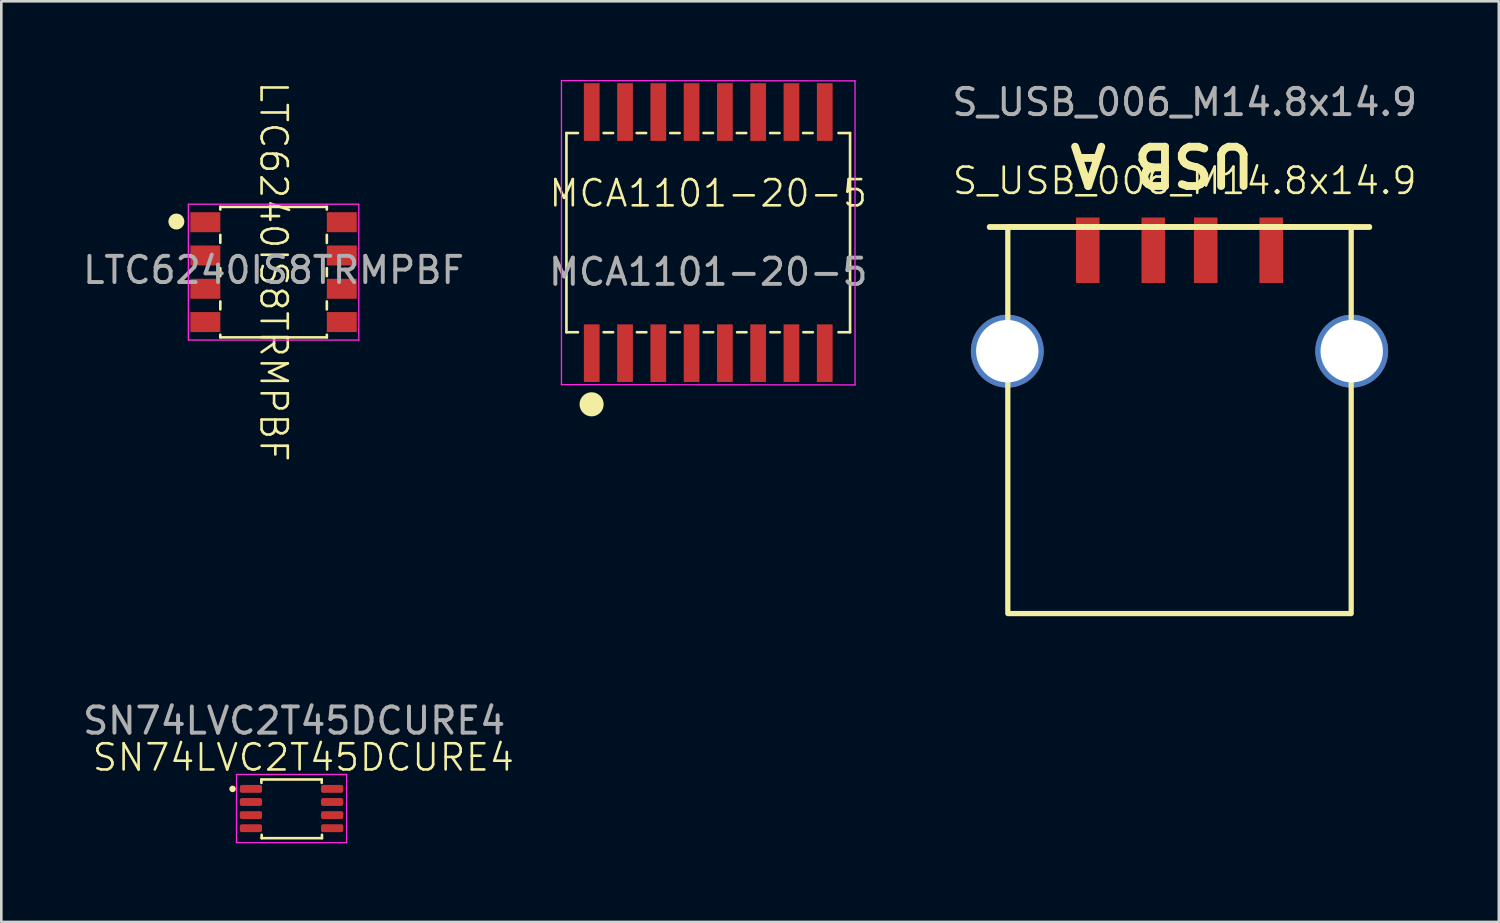
<source format=kicad_pcb>
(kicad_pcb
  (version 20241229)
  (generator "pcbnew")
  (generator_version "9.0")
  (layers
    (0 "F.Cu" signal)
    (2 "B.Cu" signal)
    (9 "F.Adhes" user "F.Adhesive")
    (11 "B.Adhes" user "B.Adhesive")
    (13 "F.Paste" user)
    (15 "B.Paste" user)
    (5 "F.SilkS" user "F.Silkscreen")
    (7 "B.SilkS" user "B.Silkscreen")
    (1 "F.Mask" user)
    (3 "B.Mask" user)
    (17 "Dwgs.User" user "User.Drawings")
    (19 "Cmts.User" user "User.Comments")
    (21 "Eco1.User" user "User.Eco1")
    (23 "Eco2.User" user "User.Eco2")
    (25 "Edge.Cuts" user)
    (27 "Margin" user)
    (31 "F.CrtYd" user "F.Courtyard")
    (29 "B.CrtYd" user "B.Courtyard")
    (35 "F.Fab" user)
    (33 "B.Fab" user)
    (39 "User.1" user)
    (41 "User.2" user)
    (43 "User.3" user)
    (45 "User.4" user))
  (footprint "S_USB_006_M14.8x14.9"
    (layer "F.Cu")
    (at 41.949 20.348)
    (property "Reference" "S_USB_006_M14.8x14.9" (at 0.2 -16.5 0) (unlocked yes) (layer "F.SilkS") (effects (font (size 1 1) (thickness 0.1))))
    (attr smd)
    (fp_rect (start -7.25 -14.75) (end 7.25 -14.725) (stroke (width 0.2) (type default)) (fill no) (layer "F.SilkS"))
    (fp_rect (start -6.55 -14.75) (end 6.55 0.01) (stroke (width 0.2) (type default)) (fill no) (layer "F.SilkS"))
    (fp_text user "USB A" (at 3 -18 180) (unlocked yes) (layer "F.SilkS") (effects (font (size 1.5 1.5) (thickness 0.3) (bold yes)) (justify left bottom)))
    (fp_text user "${REFERENCE}" (at 0.2 -19.5 0) (unlocked yes) (layer "F.Fab") (effects (font (size 1 1) (thickness 0.15))))
    (pad "1" smd rect (at -3.5 -13.85) (size 0.9 2.5) (layers "F.Cu" "F.Mask" "F.Paste"))
    (pad "2" smd rect (at -1 -13.85) (size 0.9 2.5) (layers "F.Cu" "F.Mask" "F.Paste"))
    (pad "3" smd rect (at 1 -13.85) (size 0.9 2.5) (layers "F.Cu" "F.Mask" "F.Paste"))
    (pad "4" smd rect (at 3.5 -13.85) (size 0.9 2.5) (layers "F.Cu" "F.Mask" "F.Paste"))
    (pad "5" thru_hole circle (at -6.57 -10 180) (size 2.78 2.78) (drill 2.38) (layers "*.Cu" "*.Mask"))
    (pad "5" thru_hole circle (at 6.57 -10 180) (size 2.78 2.78) (drill 2.38) (layers "*.Cu" "*.Mask")))
  (footprint "MCA1101-20-5"
    (layer "F.Cu")
    (at 23.97 5.825)
    (property "Reference" "MCA1101-20-5" (at 0 -1.5 0) (unlocked yes) (layer "F.SilkS") (effects (font (size 1 1) (thickness 0.1))))
    (attr smd)
    (fp_line (start -5.41 -3.8) (end -5.41 3.8) (stroke (width 0.1) (type default)) (layer "F.SilkS"))
    (fp_line (start -5.41 -3.8) (end -4.97 -3.8) (stroke (width 0.1) (type default)) (layer "F.SilkS"))
    (fp_line (start -5.41 3.8) (end -4.97 3.8) (stroke (width 0.1) (type default)) (layer "F.SilkS"))
    (fp_line (start -3.99 -3.8) (end -3.63 -3.8) (stroke (width 0.1) (type default)) (layer "F.SilkS"))
    (fp_line (start -3.99 3.8) (end -3.63 3.8) (stroke (width 0.1) (type default)) (layer "F.SilkS"))
    (fp_line (start -2.73 -3.8) (end -2.37 -3.8) (stroke (width 0.1) (type default)) (layer "F.SilkS"))
    (fp_line (start -2.72 3.8) (end -2.36 3.8) (stroke (width 0.1) (type default)) (layer "F.SilkS"))
    (fp_line (start -1.45 -3.8) (end -1.09 -3.8) (stroke (width 0.1) (type default)) (layer "F.SilkS"))
    (fp_line (start -1.44 3.8) (end -1.08 3.8) (stroke (width 0.1) (type default)) (layer "F.SilkS"))
    (fp_line (start -0.18 -3.8) (end 0.18 -3.8) (stroke (width 0.1) (type default)) (layer "F.SilkS"))
    (fp_line (start -0.17 3.8) (end 0.19 3.8) (stroke (width 0.1) (type default)) (layer "F.SilkS"))
    (fp_line (start 1.09 -3.8) (end 1.45 -3.8) (stroke (width 0.1) (type default)) (layer "F.SilkS"))
    (fp_line (start 1.1 3.8) (end 1.46 3.8) (stroke (width 0.1) (type default)) (layer "F.SilkS"))
    (fp_line (start 2.36 -3.8) (end 2.72 -3.8) (stroke (width 0.1) (type default)) (layer "F.SilkS"))
    (fp_line (start 2.37 3.8) (end 2.73 3.8) (stroke (width 0.1) (type default)) (layer "F.SilkS"))
    (fp_line (start 3.62 -3.8) (end 3.98 -3.8) (stroke (width 0.1) (type default)) (layer "F.SilkS"))
    (fp_line (start 3.63 3.8) (end 3.99 3.8) (stroke (width 0.1) (type default)) (layer "F.SilkS"))
    (fp_line (start 4.97 -3.8) (end 5.41 -3.8) (stroke (width 0.1) (type default)) (layer "F.SilkS"))
    (fp_line (start 4.97 3.8) (end 5.41 3.8) (stroke (width 0.1) (type default)) (layer "F.SilkS"))
    (fp_line (start 5.41 -3.8) (end 5.41 3.8) (stroke (width 0.1) (type default)) (layer "F.SilkS"))
    (fp_circle (center -4.45 6.55) (end -4.04 6.55) (stroke (width 0.1) (type solid)) (fill yes) (layer "F.SilkS"))
    (fp_line (start -5.6 -5.8) (end -5.6 5.8) (stroke (width 0.05) (type default)) (layer "F.CrtYd"))
    (fp_line (start -5.6 -5.8) (end 5.6 -5.79) (stroke (width 0.05) (type default)) (layer "F.CrtYd"))
    (fp_line (start -5.6 5.8) (end 5.6 5.81) (stroke (width 0.05) (type default)) (layer "F.CrtYd"))
    (fp_line (start 5.6 -5.79) (end 5.6 5.81) (stroke (width 0.05) (type default)) (layer "F.CrtYd"))
    (fp_text user "${REFERENCE}" (at 0 1.5 0) (unlocked yes) (layer "F.Fab") (effects (font (size 1 1) (thickness 0.15))))
    (pad "1" smd rect (at -4.445 4.6) (size 0.6 2.2) (layers "F.Cu" "F.Mask" "F.Paste"))
    (pad "2" smd rect (at -3.175 4.6) (size 0.6 2.2) (layers "F.Cu" "F.Mask" "F.Paste"))
    (pad "3" smd rect (at -1.905 4.6) (size 0.6 2.2) (layers "F.Cu" "F.Mask" "F.Paste"))
    (pad "4" smd rect (at -0.635 4.6) (size 0.6 2.2) (layers "F.Cu" "F.Mask" "F.Paste"))
    (pad "5" smd rect (at 0.635 4.6) (size 0.6 2.2) (layers "F.Cu" "F.Mask" "F.Paste"))
    (pad "6" smd rect (at 1.905 4.6) (size 0.6 2.2) (layers "F.Cu" "F.Mask" "F.Paste"))
    (pad "7" smd rect (at 3.175 4.6) (size 0.6 2.2) (layers "F.Cu" "F.Mask" "F.Paste"))
    (pad "8" smd rect (at 4.445 4.6) (size 0.6 2.2) (layers "F.Cu" "F.Mask" "F.Paste"))
    (pad "9" smd rect (at 4.445 -4.6) (size 0.6 2.2) (layers "F.Cu" "F.Mask" "F.Paste"))
    (pad "10" smd rect (at 3.175 -4.6) (size 0.6 2.2) (layers "F.Cu" "F.Mask" "F.Paste"))
    (pad "11" smd rect (at 1.905 -4.6) (size 0.6 2.2) (layers "F.Cu" "F.Mask" "F.Paste"))
    (pad "12" smd rect (at 0.635 -4.6) (size 0.6 2.2) (layers "F.Cu" "F.Mask" "F.Paste"))
    (pad "13" smd rect (at -0.635 -4.6) (size 0.6 2.2) (layers "F.Cu" "F.Mask" "F.Paste"))
    (pad "14" smd rect (at -1.905 -4.6) (size 0.6 2.2) (layers "F.Cu" "F.Mask" "F.Paste"))
    (pad "15" smd rect (at -3.175 -4.6) (size 0.6 2.2) (layers "F.Cu" "F.Mask" "F.Paste"))
    (pad "16" smd rect (at -4.445 -4.6) (size 0.6 2.2) (layers "F.Cu" "F.Mask" "F.Paste")))
  (footprint "SN74LVC2T45DCURE4"
    (layer "F.Cu")
    (at 8.073 27.797)
    (property "Reference" "SN74LVC2T45DCURE4" (at 0.45 -1.95 0) (unlocked yes) (layer "F.SilkS") (effects (font (size 1 1) (thickness 0.1))))
    (attr smd)
    (fp_line (start -1.15 -1.11) (end -1.15 -0.98) (stroke (width 0.1) (type default)) (layer "F.SilkS"))
    (fp_line (start -1.14 1) (end -1.14 1.13) (stroke (width 0.1) (type default)) (layer "F.SilkS"))
    (fp_line (start -1.14 1.13) (end 1.16 1.13) (stroke (width 0.1) (type default)) (layer "F.SilkS"))
    (fp_line (start 1.15 -1.11) (end -1.15 -1.11) (stroke (width 0.1) (type default)) (layer "F.SilkS"))
    (fp_line (start 1.15 -1.11) (end 1.15 -0.98) (stroke (width 0.1) (type default)) (layer "F.SilkS"))
    (fp_line (start 1.16 1) (end 1.16 1.13) (stroke (width 0.1) (type default)) (layer "F.SilkS"))
    (fp_circle (center -2.25 -0.75) (end -2.15 -0.75) (stroke (width 0.05) (type solid)) (fill yes) (layer "F.SilkS"))
    (fp_line (start -2.1 -1.3) (end -2.1 1.3) (stroke (width 0.05) (type default)) (layer "F.CrtYd"))
    (fp_line (start -2.1 1.3) (end 2.1 1.3) (stroke (width 0.05) (type default)) (layer "F.CrtYd"))
    (fp_line (start 2.1 -1.3) (end -2.1 -1.3) (stroke (width 0.05) (type default)) (layer "F.CrtYd"))
    (fp_line (start 2.1 1.3) (end 2.1 -1.3) (stroke (width 0.05) (type default)) (layer "F.CrtYd"))
    (fp_text user "${REFERENCE}" (at 0.1 -3.35 0) (unlocked yes) (layer "F.Fab") (effects (font (size 1 1) (thickness 0.15))))
    (pad "1" smd roundrect (at -1.55 -0.75) (size 0.85 0.3) (layers "F.Cu" "F.Mask" "F.Paste") (roundrect_rratio 0.25))
    (pad "2" smd roundrect (at -1.55 -0.25) (size 0.85 0.3) (layers "F.Cu" "F.Mask" "F.Paste") (roundrect_rratio 0.25))
    (pad "3" smd roundrect (at -1.55 0.25) (size 0.85 0.3) (layers "F.Cu" "F.Mask" "F.Paste") (roundrect_rratio 0.25))
    (pad "4" smd roundrect (at -1.55 0.75) (size 0.85 0.3) (layers "F.Cu" "F.Mask" "F.Paste") (roundrect_rratio 0.25))
    (pad "5" smd roundrect (at 1.55 0.75) (size 0.85 0.3) (layers "F.Cu" "F.Mask" "F.Paste") (roundrect_rratio 0.25))
    (pad "6" smd roundrect (at 1.55 0.25) (size 0.85 0.3) (layers "F.Cu" "F.Mask" "F.Paste") (roundrect_rratio 0.25))
    (pad "7" smd roundrect (at 1.55 -0.25) (size 0.85 0.3) (layers "F.Cu" "F.Mask" "F.Paste") (roundrect_rratio 0.25))
    (pad "8" smd roundrect (at 1.55 -0.75) (size 0.85 0.3) (layers "F.Cu" "F.Mask" "F.Paste") (roundrect_rratio 0.25)))
  (footprint "LTC6240IS8TRMPBF"
    (layer "F.Cu")
    (at 7.387 7.51)
    (property "Reference" "LTC6240IS8TRMPBF" (at 0 -0.198 270) (unlocked yes) (layer "F.SilkS") (effects (font (size 1 1) (thickness 0.1))))
    (attr smd)
    (fp_line (start -2.032 -2.667) (end -2.032 -2.565) (stroke (width 0.1) (type default)) (layer "F.SilkS"))
    (fp_line (start -2.032 -1.6) (end -2.032 -1.295) (stroke (width 0.1) (type default)) (layer "F.SilkS"))
    (fp_line (start -2.032 -0.33) (end -2.032 -0.025) (stroke (width 0.1) (type default)) (layer "F.SilkS"))
    (fp_line (start -2.032 0.94) (end -2.032 1.245) (stroke (width 0.1) (type default)) (layer "F.SilkS"))
    (fp_line (start -2.032 2.311) (end -2.032 2.21) (stroke (width 0.1) (type default)) (layer "F.SilkS"))
    (fp_line (start 2.032 -2.667) (end -2.032 -2.667) (stroke (width 0.1) (type default)) (layer "F.SilkS"))
    (fp_line (start 2.032 -2.565) (end 2.032 -2.667) (stroke (width 0.1) (type default)) (layer "F.SilkS"))
    (fp_line (start 2.032 -1.6) (end 2.032 -1.295) (stroke (width 0.1) (type default)) (layer "F.SilkS"))
    (fp_line (start 2.032 -0.33) (end 2.032 -0.025) (stroke (width 0.1) (type default)) (layer "F.SilkS"))
    (fp_line (start 2.032 0.94) (end 2.032 1.245) (stroke (width 0.1) (type default)) (layer "F.SilkS"))
    (fp_line (start 2.032 2.21) (end 2.032 2.311) (stroke (width 0.1) (type default)) (layer "F.SilkS"))
    (fp_line (start 2.032 2.311) (end -2.032 2.311) (stroke (width 0.1) (type default)) (layer "F.SilkS"))
    (fp_circle (center -3.708 -2.108) (end -3.708 -1.854) (stroke (width 0.1) (type solid)) (fill yes) (layer "F.SilkS"))
    (fp_line (start -3.251 -2.769) (end 2.032 -2.769) (stroke (width 0.05) (type default)) (layer "F.CrtYd"))
    (fp_line (start -3.251 2.413) (end -3.251 -2.769) (stroke (width 0.05) (type default)) (layer "F.CrtYd"))
    (fp_line (start 2.032 -2.769) (end 3.251 -2.769) (stroke (width 0.05) (type default)) (layer "F.CrtYd"))
    (fp_line (start 3.251 -2.769) (end 3.251 2.413) (stroke (width 0.05) (type default)) (layer "F.CrtYd"))
    (fp_line (start 3.251 2.413) (end -3.251 2.413) (stroke (width 0.05) (type default)) (layer "F.CrtYd"))
    (fp_text user "${REFERENCE}" (at 0 -0.254 0) (unlocked yes) (layer "F.Fab") (effects (font (size 1 1) (thickness 0.15))))
    (pad "1" smd rect (at -2.603 -2.083 270) (size 0.762 1.143) (layers "F.Cu" "F.Mask" "F.Paste"))
    (pad "2" smd rect (at -2.603 -0.813 270) (size 0.762 1.143) (layers "F.Cu" "F.Mask" "F.Paste"))
    (pad "3" smd rect (at -2.603 0.457 270) (size 0.762 1.143) (layers "F.Cu" "F.Mask" "F.Paste"))
    (pad "4" smd rect (at -2.603 1.727 270) (size 0.762 1.143) (layers "F.Cu" "F.Mask" "F.Paste"))
    (pad "5" smd rect (at 2.603 1.727 270) (size 0.762 1.143) (layers "F.Cu" "F.Mask" "F.Paste"))
    (pad "6" smd rect (at 2.603 0.457 270) (size 0.762 1.143) (layers "F.Cu" "F.Mask" "F.Paste"))
    (pad "7" smd rect (at 2.603 -0.813 270) (size 0.762 1.143) (layers "F.Cu" "F.Mask" "F.Paste"))
    (pad "8" smd rect (at 2.603 -2.083 270) (size 0.762 1.143) (layers "F.Cu" "F.Mask" "F.Paste")))
  (gr_rect
    (start -3 -3)
    (end 54.131 32.121)
    (stroke (width 0.1) (type default))
    (fill no)
    (layer "Edge.Cuts")))
</source>
